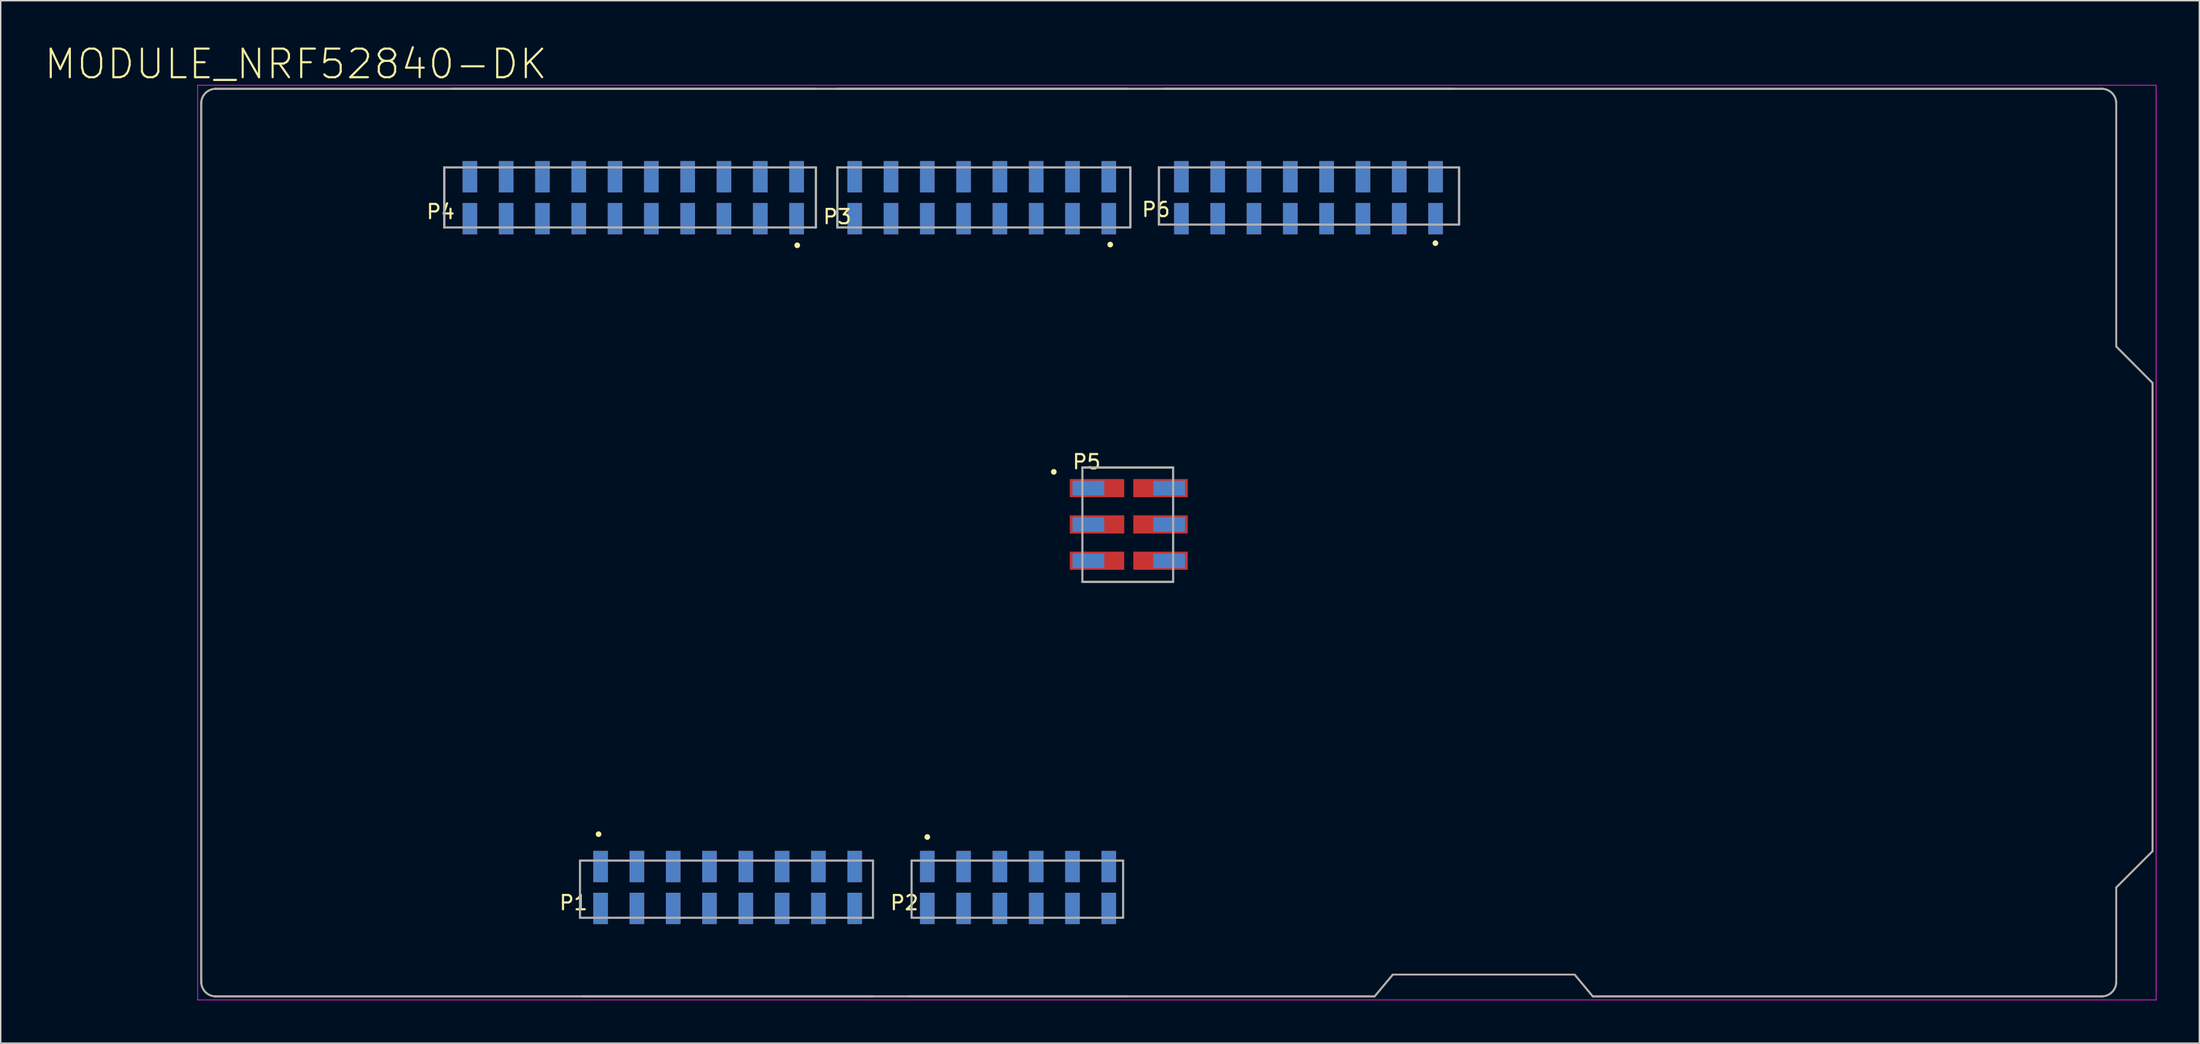
<source format=kicad_pcb>
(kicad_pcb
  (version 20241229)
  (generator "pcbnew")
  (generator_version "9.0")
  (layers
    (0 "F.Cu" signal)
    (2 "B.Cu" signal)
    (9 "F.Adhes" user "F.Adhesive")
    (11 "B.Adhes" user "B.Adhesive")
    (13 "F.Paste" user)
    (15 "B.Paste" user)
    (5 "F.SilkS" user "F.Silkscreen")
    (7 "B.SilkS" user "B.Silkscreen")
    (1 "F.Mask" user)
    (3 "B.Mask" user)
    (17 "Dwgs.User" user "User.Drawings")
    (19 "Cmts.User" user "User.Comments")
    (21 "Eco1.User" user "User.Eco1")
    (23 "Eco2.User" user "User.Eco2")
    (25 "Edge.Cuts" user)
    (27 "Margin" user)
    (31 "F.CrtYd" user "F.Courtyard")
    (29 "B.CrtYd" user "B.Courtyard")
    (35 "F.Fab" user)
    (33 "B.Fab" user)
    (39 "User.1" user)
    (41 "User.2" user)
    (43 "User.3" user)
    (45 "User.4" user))
  (footprint "MODULE_NRF52840-DK"
    (layer "F.Cu")
    (at 11.029 66.663)
    (property "Reference" "MODULE_NRF52840-DK" (at 6.615 -65.23 0) (layer "F.SilkS") (effects (font (size 2 2) (thickness 0.15))))
    (attr smd)
    (fp_line (start 0 -1.016) (end 0 -62.484) (stroke (width 0.127) (type solid)) (layer "F.SilkS"))
    (fp_line (start 1.016 -63.5) (end 132.969 -63.5) (stroke (width 0.127) (type solid)) (layer "F.SilkS"))
    (fp_line (start 1.016 0) (end 82.099 0) (stroke (width 0.127) (type solid)) (layer "F.SilkS"))
    (fp_line (start 17 -58) (end 17 -53.8) (stroke (width 0.152) (type solid)) (layer "F.SilkS"))
    (fp_line (start 17.526 -63.5) (end 42.926 -63.5) (stroke (width 0.127) (type solid)) (layer "F.SilkS"))
    (fp_line (start 26.67 0) (end 46.99 0) (stroke (width 0.127) (type solid)) (layer "F.SilkS"))
    (fp_line (start 43 -58) (end 43 -53.8) (stroke (width 0.152) (type solid)) (layer "F.SilkS"))
    (fp_line (start 44.5 -53.8) (end 44.5 -58) (stroke (width 0.152) (type solid)) (layer "F.SilkS"))
    (fp_line (start 49.53 0) (end 64.77 0) (stroke (width 0.127) (type solid)) (layer "F.SilkS"))
    (fp_line (start 61.65 -37) (end 68 -37) (stroke (width 0.152) (type solid)) (layer "F.SilkS"))
    (fp_line (start 61.65 -29) (end 68 -29) (stroke (width 0.152) (type solid)) (layer "F.SilkS"))
    (fp_line (start 64.77 -63.5) (end 44.45 -63.5) (stroke (width 0.127) (type solid)) (layer "F.SilkS"))
    (fp_line (start 65 -58) (end 65 -53.8) (stroke (width 0.152) (type solid)) (layer "F.SilkS"))
    (fp_line (start 67 -58) (end 67 -54) (stroke (width 0.152) (type solid)) (layer "F.SilkS"))
    (fp_line (start 67.31 -63.5) (end 87.63 -63.5) (stroke (width 0.127) (type solid)) (layer "F.SilkS"))
    (fp_line (start 82.099 0) (end 83.369 -1.524) (stroke (width 0.127) (type solid)) (layer "F.SilkS"))
    (fp_line (start 83.369 -1.524) (end 96.09 -1.524) (stroke (width 0.127) (type solid)) (layer "F.SilkS"))
    (fp_line (start 88 -58) (end 88 -54) (stroke (width 0.152) (type solid)) (layer "F.SilkS"))
    (fp_line (start 96.09 -1.524) (end 97.36 0) (stroke (width 0.127) (type solid)) (layer "F.SilkS"))
    (fp_line (start 97.36 0) (end 132.969 0) (stroke (width 0.127) (type solid)) (layer "F.SilkS"))
    (fp_line (start 133.985 -45.47) (end 133.985 -62.484) (stroke (width 0.127) (type solid)) (layer "F.SilkS"))
    (fp_line (start 133.985 -45.47) (end 136.525 -42.92) (stroke (width 0.127) (type solid)) (layer "F.SilkS"))
    (fp_line (start 133.985 -7.62) (end 136.525 -10.16) (stroke (width 0.127) (type solid)) (layer "F.SilkS"))
    (fp_line (start 133.985 -1.016) (end 133.985 -7.62) (stroke (width 0.127) (type solid)) (layer "F.SilkS"))
    (fp_line (start 136.525 -42.92) (end 136.525 -10.16) (stroke (width 0.127) (type solid)) (layer "F.SilkS"))
    (fp_arc (start 0 -62.484) (mid 0.29758 -63.20242) (end 1.016 -63.5) (stroke (width 0.127) (type solid)) (layer "F.SilkS"))
    (fp_arc (start 1.016 0) (mid 0.29758 -0.29758) (end 0 -1.016) (stroke (width 0.127) (type solid)) (layer "F.SilkS"))
    (fp_arc (start 132.969 -63.5) (mid 133.68742 -63.20242) (end 133.985 -62.484) (stroke (width 0.127) (type solid)) (layer "F.SilkS"))
    (fp_arc (start 133.985 -1.016) (mid 133.68742 -0.29758) (end 132.969 0) (stroke (width 0.127) (type solid)) (layer "F.SilkS"))
    (fp_circle (center 27.8 -11.35) (end 27.9 -11.35) (stroke (width 0.2) (type solid)) (fill no) (layer "F.SilkS"))
    (fp_circle (center 41.7 -52.55) (end 41.8 -52.55) (stroke (width 0.2) (type solid)) (fill no) (layer "F.SilkS"))
    (fp_circle (center 50.8 -11.15) (end 50.9 -11.15) (stroke (width 0.2) (type solid)) (fill no) (layer "F.SilkS"))
    (fp_circle (center 59.65 -36.7) (end 59.75 -36.7) (stroke (width 0.2) (type solid)) (fill no) (layer "F.SilkS"))
    (fp_circle (center 63.6 -52.6) (end 63.7 -52.6) (stroke (width 0.2) (type solid)) (fill no) (layer "F.SilkS"))
    (fp_circle (center 86.35 -52.7) (end 86.45 -52.7) (stroke (width 0.2) (type solid)) (fill no) (layer "F.SilkS"))
    (fp_line (start -0.25 -63.75) (end 136.775 -63.75) (stroke (width 0.05) (type solid)) (layer "F.CrtYd"))
    (fp_line (start -0.25 0.25) (end -0.25 -63.75) (stroke (width 0.05) (type solid)) (layer "F.CrtYd"))
    (fp_line (start 136.775 -63.75) (end 136.775 0.25) (stroke (width 0.05) (type solid)) (layer "F.CrtYd"))
    (fp_line (start 136.775 0.25) (end -0.25 0.25) (stroke (width 0.05) (type solid)) (layer "F.CrtYd"))
    (fp_line (start 0 -1.016) (end 0 -62.484) (stroke (width 0.127) (type solid)) (layer "F.Fab"))
    (fp_line (start 1.016 -63.5) (end 132.969 -63.5) (stroke (width 0.127) (type solid)) (layer "F.Fab"))
    (fp_line (start 1.016 0) (end 82.099 0) (stroke (width 0.127) (type solid)) (layer "F.Fab"))
    (fp_line (start 17 -58) (end 17 -53.8) (stroke (width 0.152) (type solid)) (layer "F.Fab"))
    (fp_line (start 17 -53.8) (end 43 -53.8) (stroke (width 0.152) (type solid)) (layer "F.Fab"))
    (fp_line (start 17.526 -63.5) (end 42.926 -63.5) (stroke (width 0.127) (type solid)) (layer "F.Fab"))
    (fp_line (start 26.5 -9.5) (end 47 -9.5) (stroke (width 0.152) (type solid)) (layer "F.Fab"))
    (fp_line (start 26.5 -5.5) (end 26.5 -9.5) (stroke (width 0.152) (type solid)) (layer "F.Fab"))
    (fp_line (start 26.67 0) (end 46.99 0) (stroke (width 0.127) (type solid)) (layer "F.Fab"))
    (fp_line (start 43 -58) (end 17 -58) (stroke (width 0.152) (type solid)) (layer "F.Fab"))
    (fp_line (start 43 -53.8) (end 43 -58) (stroke (width 0.152) (type solid)) (layer "F.Fab"))
    (fp_line (start 44.5 -58) (end 65 -58) (stroke (width 0.152) (type solid)) (layer "F.Fab"))
    (fp_line (start 44.5 -53.8) (end 44.5 -58) (stroke (width 0.152) (type solid)) (layer "F.Fab"))
    (fp_line (start 47 -9.5) (end 47 -5.5) (stroke (width 0.152) (type solid)) (layer "F.Fab"))
    (fp_line (start 47 -5.5) (end 26.5 -5.5) (stroke (width 0.152) (type solid)) (layer "F.Fab"))
    (fp_line (start 49.53 0) (end 64.77 0) (stroke (width 0.127) (type solid)) (layer "F.Fab"))
    (fp_line (start 49.7 -9.5) (end 64.5 -9.5) (stroke (width 0.152) (type solid)) (layer "F.Fab"))
    (fp_line (start 49.7 -5.5) (end 49.7 -9.5) (stroke (width 0.152) (type solid)) (layer "F.Fab"))
    (fp_line (start 61.65 -37) (end 68 -37) (stroke (width 0.152) (type solid)) (layer "F.Fab"))
    (fp_line (start 61.65 -29) (end 61.65 -37) (stroke (width 0.152) (type solid)) (layer "F.Fab"))
    (fp_line (start 64.5 -9.5) (end 64.5 -5.5) (stroke (width 0.152) (type solid)) (layer "F.Fab"))
    (fp_line (start 64.5 -5.5) (end 49.7 -5.5) (stroke (width 0.152) (type solid)) (layer "F.Fab"))
    (fp_line (start 64.77 -63.5) (end 44.45 -63.5) (stroke (width 0.127) (type solid)) (layer "F.Fab"))
    (fp_line (start 65 -58) (end 65 -53.8) (stroke (width 0.152) (type solid)) (layer "F.Fab"))
    (fp_line (start 65 -53.8) (end 44.5 -53.8) (stroke (width 0.152) (type solid)) (layer "F.Fab"))
    (fp_line (start 67 -58) (end 88 -58) (stroke (width 0.152) (type solid)) (layer "F.Fab"))
    (fp_line (start 67 -54) (end 67 -58) (stroke (width 0.152) (type solid)) (layer "F.Fab"))
    (fp_line (start 67.31 -63.5) (end 87.63 -63.5) (stroke (width 0.127) (type solid)) (layer "F.Fab"))
    (fp_line (start 68 -37) (end 68 -29) (stroke (width 0.152) (type solid)) (layer "F.Fab"))
    (fp_line (start 68 -29) (end 61.65 -29) (stroke (width 0.152) (type solid)) (layer "F.Fab"))
    (fp_line (start 82.099 0) (end 83.369 -1.524) (stroke (width 0.127) (type solid)) (layer "F.Fab"))
    (fp_line (start 83.369 -1.524) (end 96.09 -1.524) (stroke (width 0.127) (type solid)) (layer "F.Fab"))
    (fp_line (start 88 -58) (end 88 -54) (stroke (width 0.152) (type solid)) (layer "F.Fab"))
    (fp_line (start 88 -54) (end 67 -54) (stroke (width 0.152) (type solid)) (layer "F.Fab"))
    (fp_line (start 96.09 -1.524) (end 97.36 0) (stroke (width 0.127) (type solid)) (layer "F.Fab"))
    (fp_line (start 97.36 0) (end 132.969 0) (stroke (width 0.127) (type solid)) (layer "F.Fab"))
    (fp_line (start 133.985 -45.47) (end 133.985 -62.484) (stroke (width 0.127) (type solid)) (layer "F.Fab"))
    (fp_line (start 133.985 -45.47) (end 136.525 -42.92) (stroke (width 0.127) (type solid)) (layer "F.Fab"))
    (fp_line (start 133.985 -7.62) (end 136.525 -10.16) (stroke (width 0.127) (type solid)) (layer "F.Fab"))
    (fp_line (start 133.985 -1.016) (end 133.985 -7.62) (stroke (width 0.127) (type solid)) (layer "F.Fab"))
    (fp_line (start 136.525 -42.92) (end 136.525 -10.16) (stroke (width 0.127) (type solid)) (layer "F.Fab"))
    (fp_arc (start 0 -62.484) (mid 0.29758 -63.20242) (end 1.016 -63.5) (stroke (width 0.127) (type solid)) (layer "F.Fab"))
    (fp_arc (start 1.016 0) (mid 0.29758 -0.29758) (end 0 -1.016) (stroke (width 0.127) (type solid)) (layer "F.Fab"))
    (fp_arc (start 132.969 -63.5) (mid 133.68742 -63.20242) (end 133.985 -62.484) (stroke (width 0.127) (type solid)) (layer "F.Fab"))
    (fp_arc (start 133.985 -1.016) (mid 133.68742 -0.29758) (end 132.969 0) (stroke (width 0.127) (type solid)) (layer "F.Fab"))
    (fp_text user "P3" (at 44.5 -54.55 0) (layer "F.SilkS") (effects (font (size 1 1) (thickness 0.15))))
    (fp_text user "P5" (at 61.95 -37.4 0) (layer "F.SilkS") (effects (font (size 1 1) (thickness 0.15))))
    (fp_text user "P2" (at 49.2 -6.55 0) (layer "F.SilkS") (effects (font (size 1 1) (thickness 0.15))))
    (fp_text user "P4" (at 16.75 -54.9 0) (layer "F.SilkS") (effects (font (size 1 1) (thickness 0.15))))
    (fp_text user "P1" (at 26.05 -6.55 0) (layer "F.SilkS") (effects (font (size 1 1) (thickness 0.15))))
    (fp_text user "P6" (at 66.8 -55.05 0) (layer "F.SilkS") (effects (font (size 1 1) (thickness 0.15))))
    (pad "P1_1" smd rect (at 27.94 -9.085 90) (size 2.19 1.02) (layers "F.Cu" "F.Mask" "F.Paste"))
    (pad "P1_2" smd rect (at 30.48 -9.085 90) (size 2.19 1.02) (layers "F.Cu" "F.Mask" "F.Paste"))
    (pad "P1_3" smd rect (at 33.02 -9.085 90) (size 2.19 1.02) (layers "F.Cu" "F.Mask" "F.Paste"))
    (pad "P1_4" smd rect (at 35.56 -9.085 90) (size 2.19 1.02) (layers "F.Cu" "F.Mask" "F.Paste"))
    (pad "P1_5" smd rect (at 38.1 -9.085 90) (size 2.19 1.02) (layers "F.Cu" "F.Mask" "F.Paste"))
    (pad "P1_6" smd rect (at 40.64 -9.085 90) (size 2.19 1.02) (layers "F.Cu" "F.Mask" "F.Paste"))
    (pad "P1_7" smd rect (at 43.18 -9.085 90) (size 2.19 1.02) (layers "F.Cu" "F.Mask" "F.Paste"))
    (pad "P1_8" smd rect (at 45.72 -9.085 90) (size 2.19 1.02) (layers "F.Cu" "F.Mask" "F.Paste"))
    (pad "P1_11" smd rect (at 27.94 -6.155 90) (size 2.19 1.02) (layers "F.Cu" "F.Mask" "F.Paste"))
    (pad "P1_12" smd rect (at 30.48 -6.155 90) (size 2.19 1.02) (layers "F.Cu" "F.Mask" "F.Paste"))
    (pad "P1_13" smd rect (at 33.02 -6.155 90) (size 2.19 1.02) (layers "F.Cu" "F.Mask" "F.Paste"))
    (pad "P1_14" smd rect (at 35.56 -6.155 90) (size 2.19 1.02) (layers "F.Cu" "F.Mask" "F.Paste"))
    (pad "P1_15" smd rect (at 38.1 -6.155 90) (size 2.19 1.02) (layers "F.Cu" "F.Mask" "F.Paste"))
    (pad "P1_16" smd rect (at 40.64 -6.155 90) (size 2.19 1.02) (layers "F.Cu" "F.Mask" "F.Paste"))
    (pad "P1_17" smd rect (at 43.18 -6.155 90) (size 2.19 1.02) (layers "F.Cu" "F.Mask" "F.Paste"))
    (pad "P1_18" smd rect (at 45.72 -6.155 90) (size 2.19 1.02) (layers "F.Cu" "F.Mask" "F.Paste"))
    (pad "P1_31" smd rect (at 27.94 -6.155 90) (size 2.19 1.02) (layers "B.Cu" "B.Mask" "B.Paste"))
    (pad "P1_32" smd rect (at 30.48 -6.155 90) (size 2.19 1.02) (layers "B.Cu" "B.Mask" "B.Paste"))
    (pad "P1_33" smd rect (at 33.02 -6.155 90) (size 2.19 1.02) (layers "B.Cu" "B.Mask" "B.Paste"))
    (pad "P1_34" smd rect (at 35.56 -6.155 90) (size 2.19 1.02) (layers "B.Cu" "B.Mask" "B.Paste"))
    (pad "P1_35" smd rect (at 38.1 -6.155 90) (size 2.19 1.02) (layers "B.Cu" "B.Mask" "B.Paste"))
    (pad "P1_36" smd rect (at 40.64 -6.155 90) (size 2.19 1.02) (layers "B.Cu" "B.Mask" "B.Paste"))
    (pad "P1_37" smd rect (at 43.18 -6.155 90) (size 2.19 1.02) (layers "B.Cu" "B.Mask" "B.Paste"))
    (pad "P1_38" smd rect (at 45.72 -6.155 90) (size 2.19 1.02) (layers "B.Cu" "B.Mask" "B.Paste"))
    (pad "P1_41" smd rect (at 27.94 -9.085 90) (size 2.19 1.02) (layers "B.Cu" "B.Mask" "B.Paste"))
    (pad "P1_42" smd rect (at 30.48 -9.085 90) (size 2.19 1.02) (layers "B.Cu" "B.Mask" "B.Paste"))
    (pad "P1_43" smd rect (at 33.02 -9.085 90) (size 2.19 1.02) (layers "B.Cu" "B.Mask" "B.Paste"))
    (pad "P1_44" smd rect (at 35.56 -9.085 90) (size 2.19 1.02) (layers "B.Cu" "B.Mask" "B.Paste"))
    (pad "P1_45" smd rect (at 38.1 -9.085 90) (size 2.19 1.02) (layers "B.Cu" "B.Mask" "B.Paste"))
    (pad "P1_46" smd rect (at 40.64 -9.085 90) (size 2.19 1.02) (layers "B.Cu" "B.Mask" "B.Paste"))
    (pad "P1_47" smd rect (at 43.18 -9.085 90) (size 2.19 1.02) (layers "B.Cu" "B.Mask" "B.Paste"))
    (pad "P1_48" smd rect (at 45.72 -9.085 90) (size 2.19 1.02) (layers "B.Cu" "B.Mask" "B.Paste"))
    (pad "P2_1" smd rect (at 50.8 -9.085 90) (size 2.19 1.02) (layers "F.Cu" "F.Mask" "F.Paste"))
    (pad "P2_2" smd rect (at 53.34 -9.085 90) (size 2.19 1.02) (layers "F.Cu" "F.Mask" "F.Paste"))
    (pad "P2_3" smd rect (at 55.88 -9.085 90) (size 2.19 1.02) (layers "F.Cu" "F.Mask" "F.Paste"))
    (pad "P2_4" smd rect (at 58.42 -9.085 90) (size 2.19 1.02) (layers "F.Cu" "F.Mask" "F.Paste"))
    (pad "P2_5" smd rect (at 60.96 -9.085 90) (size 2.19 1.02) (layers "F.Cu" "F.Mask" "F.Paste"))
    (pad "P2_6" smd rect (at 63.5 -9.085 90) (size 2.19 1.02) (layers "F.Cu" "F.Mask" "F.Paste"))
    (pad "P2_11" smd rect (at 50.8 -6.155 90) (size 2.19 1.02) (layers "F.Cu" "F.Mask" "F.Paste"))
    (pad "P2_12" smd rect (at 53.34 -6.155 90) (size 2.19 1.02) (layers "F.Cu" "F.Mask" "F.Paste"))
    (pad "P2_13" smd rect (at 55.88 -6.155 90) (size 2.19 1.02) (layers "F.Cu" "F.Mask" "F.Paste"))
    (pad "P2_14" smd rect (at 58.42 -6.155 90) (size 2.19 1.02) (layers "F.Cu" "F.Mask" "F.Paste"))
    (pad "P2_15" smd rect (at 60.96 -6.155 90) (size 2.19 1.02) (layers "F.Cu" "F.Mask" "F.Paste"))
    (pad "P2_16" smd rect (at 63.5 -6.155 90) (size 2.19 1.02) (layers "F.Cu" "F.Mask" "F.Paste"))
    (pad "P2_31" smd rect (at 50.8 -6.155 90) (size 2.19 1.02) (layers "B.Cu" "B.Mask" "B.Paste"))
    (pad "P2_32" smd rect (at 53.34 -6.155 90) (size 2.19 1.02) (layers "B.Cu" "B.Mask" "B.Paste"))
    (pad "P2_33" smd rect (at 55.88 -6.155 90) (size 2.19 1.02) (layers "B.Cu" "B.Mask" "B.Paste"))
    (pad "P2_34" smd rect (at 58.42 -6.155 90) (size 2.19 1.02) (layers "B.Cu" "B.Mask" "B.Paste"))
    (pad "P2_35" smd rect (at 60.96 -6.155 90) (size 2.19 1.02) (layers "B.Cu" "B.Mask" "B.Paste"))
    (pad "P2_36" smd rect (at 63.5 -6.155 90) (size 2.19 1.02) (layers "B.Cu" "B.Mask" "B.Paste"))
    (pad "P2_41" smd rect (at 50.8 -9.085 90) (size 2.19 1.02) (layers "B.Cu" "B.Mask" "B.Paste"))
    (pad "P2_42" smd rect (at 53.34 -9.085 90) (size 2.19 1.02) (layers "B.Cu" "B.Mask" "B.Paste"))
    (pad "P2_43" smd rect (at 55.88 -9.085 90) (size 2.19 1.02) (layers "B.Cu" "B.Mask" "B.Paste"))
    (pad "P2_44" smd rect (at 58.42 -9.085 90) (size 2.19 1.02) (layers "B.Cu" "B.Mask" "B.Paste"))
    (pad "P2_45" smd rect (at 60.96 -9.085 90) (size 2.19 1.02) (layers "B.Cu" "B.Mask" "B.Paste"))
    (pad "P2_46" smd rect (at 63.5 -9.085 90) (size 2.19 1.02) (layers "B.Cu" "B.Mask" "B.Paste"))
    (pad "P3_1" smd rect (at 63.5 -54.415 90) (size 2.19 1.02) (layers "F.Cu" "F.Mask" "F.Paste"))
    (pad "P3_2" smd rect (at 60.96 -54.415 90) (size 2.19 1.02) (layers "F.Cu" "F.Mask" "F.Paste"))
    (pad "P3_3" smd rect (at 58.42 -54.415 90) (size 2.19 1.02) (layers "F.Cu" "F.Mask" "F.Paste"))
    (pad "P3_4" smd rect (at 55.88 -54.415 90) (size 2.19 1.02) (layers "F.Cu" "F.Mask" "F.Paste"))
    (pad "P3_5" smd rect (at 53.34 -54.415 90) (size 2.19 1.02) (layers "F.Cu" "F.Mask" "F.Paste"))
    (pad "P3_6" smd rect (at 50.8 -54.415 90) (size 2.19 1.02) (layers "F.Cu" "F.Mask" "F.Paste"))
    (pad "P3_7" smd rect (at 48.26 -54.415 90) (size 2.19 1.02) (layers "F.Cu" "F.Mask" "F.Paste"))
    (pad "P3_8" smd rect (at 45.72 -54.415 90) (size 2.19 1.02) (layers "F.Cu" "F.Mask" "F.Paste"))
    (pad "P3_11" smd rect (at 63.5 -57.345 90) (size 2.19 1.02) (layers "F.Cu" "F.Mask" "F.Paste"))
    (pad "P3_12" smd rect (at 60.96 -57.345 90) (size 2.19 1.02) (layers "F.Cu" "F.Mask" "F.Paste"))
    (pad "P3_13" smd rect (at 58.42 -57.345 90) (size 2.19 1.02) (layers "F.Cu" "F.Mask" "F.Paste"))
    (pad "P3_14" smd rect (at 55.88 -57.345 90) (size 2.19 1.02) (layers "F.Cu" "F.Mask" "F.Paste"))
    (pad "P3_15" smd rect (at 53.34 -57.345 90) (size 2.19 1.02) (layers "F.Cu" "F.Mask" "F.Paste"))
    (pad "P3_16" smd rect (at 50.8 -57.345 90) (size 2.19 1.02) (layers "F.Cu" "F.Mask" "F.Paste"))
    (pad "P3_17" smd rect (at 48.26 -57.345 90) (size 2.19 1.02) (layers "F.Cu" "F.Mask" "F.Paste"))
    (pad "P3_18" smd rect (at 45.72 -57.345 90) (size 2.19 1.02) (layers "F.Cu" "F.Mask" "F.Paste"))
    (pad "P3_31" smd rect (at 63.5 -54.415 90) (size 2.19 1.02) (layers "B.Cu" "B.Mask" "B.Paste"))
    (pad "P3_32" smd rect (at 60.96 -54.415 90) (size 2.19 1.02) (layers "B.Cu" "B.Mask" "B.Paste"))
    (pad "P3_33" smd rect (at 58.42 -54.415 90) (size 2.19 1.02) (layers "B.Cu" "B.Mask" "B.Paste"))
    (pad "P3_34" smd rect (at 55.88 -54.415 90) (size 2.19 1.02) (layers "B.Cu" "B.Mask" "B.Paste"))
    (pad "P3_35" smd rect (at 53.34 -54.415 90) (size 2.19 1.02) (layers "B.Cu" "B.Mask" "B.Paste"))
    (pad "P3_36" smd rect (at 50.8 -54.415 90) (size 2.19 1.02) (layers "B.Cu" "B.Mask" "B.Paste"))
    (pad "P3_37" smd rect (at 48.26 -54.415 90) (size 2.19 1.02) (layers "B.Cu" "B.Mask" "B.Paste"))
    (pad "P3_38" smd rect (at 45.72 -54.415 90) (size 2.19 1.02) (layers "B.Cu" "B.Mask" "B.Paste"))
    (pad "P3_41" smd rect (at 63.5 -57.345 90) (size 2.19 1.02) (layers "B.Cu" "B.Mask" "B.Paste"))
    (pad "P3_42" smd rect (at 60.96 -57.345 90) (size 2.19 1.02) (layers "B.Cu" "B.Mask" "B.Paste"))
    (pad "P3_43" smd rect (at 58.42 -57.345 90) (size 2.19 1.02) (layers "B.Cu" "B.Mask" "B.Paste"))
    (pad "P3_44" smd rect (at 55.88 -57.345 90) (size 2.19 1.02) (layers "B.Cu" "B.Mask" "B.Paste"))
    (pad "P3_45" smd rect (at 53.34 -57.345 90) (size 2.19 1.02) (layers "B.Cu" "B.Mask" "B.Paste"))
    (pad "P3_46" smd rect (at 50.8 -57.345 90) (size 2.19 1.02) (layers "B.Cu" "B.Mask" "B.Paste"))
    (pad "P3_47" smd rect (at 48.26 -57.345 90) (size 2.19 1.02) (layers "B.Cu" "B.Mask" "B.Paste"))
    (pad "P3_48" smd rect (at 45.72 -57.345 90) (size 2.19 1.02) (layers "B.Cu" "B.Mask" "B.Paste"))
    (pad "P4_1" smd rect (at 41.656 -54.415 90) (size 2.19 1.02) (layers "F.Cu" "F.Mask" "F.Paste"))
    (pad "P4_2" smd rect (at 39.116 -54.415 90) (size 2.19 1.02) (layers "F.Cu" "F.Mask" "F.Paste"))
    (pad "P4_3" smd rect (at 36.576 -54.415 90) (size 2.19 1.02) (layers "F.Cu" "F.Mask" "F.Paste"))
    (pad "P4_4" smd rect (at 34.036 -54.415 90) (size 2.19 1.02) (layers "F.Cu" "F.Mask" "F.Paste"))
    (pad "P4_5" smd rect (at 31.496 -54.415 90) (size 2.19 1.02) (layers "F.Cu" "F.Mask" "F.Paste"))
    (pad "P4_6" smd rect (at 28.956 -54.415 90) (size 2.19 1.02) (layers "F.Cu" "F.Mask" "F.Paste"))
    (pad "P4_7" smd rect (at 26.416 -54.415 90) (size 2.19 1.02) (layers "F.Cu" "F.Mask" "F.Paste"))
    (pad "P4_8" smd rect (at 23.876 -54.415 90) (size 2.19 1.02) (layers "F.Cu" "F.Mask" "F.Paste"))
    (pad "P4_9" smd rect (at 21.336 -54.415 90) (size 2.19 1.02) (layers "F.Cu" "F.Mask" "F.Paste"))
    (pad "P4_10" smd rect (at 18.796 -54.415 90) (size 2.19 1.02) (layers "F.Cu" "F.Mask" "F.Paste"))
    (pad "P4_11" smd rect (at 41.656 -57.345 90) (size 2.19 1.02) (layers "F.Cu" "F.Mask" "F.Paste"))
    (pad "P4_12" smd rect (at 39.116 -57.345 90) (size 2.19 1.02) (layers "F.Cu" "F.Mask" "F.Paste"))
    (pad "P4_13" smd rect (at 36.576 -57.345 90) (size 2.19 1.02) (layers "F.Cu" "F.Mask" "F.Paste"))
    (pad "P4_14" smd rect (at 34.036 -57.345 90) (size 2.19 1.02) (layers "F.Cu" "F.Mask" "F.Paste"))
    (pad "P4_15" smd rect (at 31.496 -57.345 90) (size 2.19 1.02) (layers "F.Cu" "F.Mask" "F.Paste"))
    (pad "P4_16" smd rect (at 28.956 -57.345 90) (size 2.19 1.02) (layers "F.Cu" "F.Mask" "F.Paste"))
    (pad "P4_17" smd rect (at 26.416 -57.345 90) (size 2.19 1.02) (layers "F.Cu" "F.Mask" "F.Paste"))
    (pad "P4_18" smd rect (at 23.876 -57.345 90) (size 2.19 1.02) (layers "F.Cu" "F.Mask" "F.Paste"))
    (pad "P4_19" smd rect (at 21.336 -57.345 90) (size 2.19 1.02) (layers "F.Cu" "F.Mask" "F.Paste"))
    (pad "P4_20" smd rect (at 18.796 -57.345 90) (size 2.19 1.02) (layers "F.Cu" "F.Mask" "F.Paste"))
    (pad "P4_31" smd rect (at 41.656 -54.415 90) (size 2.19 1.02) (layers "B.Cu" "B.Mask" "B.Paste"))
    (pad "P4_32" smd rect (at 39.116 -54.415 90) (size 2.19 1.02) (layers "B.Cu" "B.Mask" "B.Paste"))
    (pad "P4_33" smd rect (at 36.576 -54.415 90) (size 2.19 1.02) (layers "B.Cu" "B.Mask" "B.Paste"))
    (pad "P4_34" smd rect (at 34.036 -54.415 90) (size 2.19 1.02) (layers "B.Cu" "B.Mask" "B.Paste"))
    (pad "P4_35" smd rect (at 31.496 -54.415 90) (size 2.19 1.02) (layers "B.Cu" "B.Mask" "B.Paste"))
    (pad "P4_36" smd rect (at 28.956 -54.415 90) (size 2.19 1.02) (layers "B.Cu" "B.Mask" "B.Paste"))
    (pad "P4_37" smd rect (at 26.416 -54.415 90) (size 2.19 1.02) (layers "B.Cu" "B.Mask" "B.Paste"))
    (pad "P4_38" smd rect (at 23.876 -54.415 90) (size 2.19 1.02) (layers "B.Cu" "B.Mask" "B.Paste"))
    (pad "P4_39" smd rect (at 21.336 -54.415 90) (size 2.19 1.02) (layers "B.Cu" "B.Mask" "B.Paste"))
    (pad "P4_40" smd rect (at 18.796 -54.415 90) (size 2.19 1.02) (layers "B.Cu" "B.Mask" "B.Paste"))
    (pad "P4_41" smd rect (at 41.656 -57.345 90) (size 2.19 1.02) (layers "B.Cu" "B.Mask" "B.Paste"))
    (pad "P4_42" smd rect (at 39.116 -57.345 90) (size 2.19 1.02) (layers "B.Cu" "B.Mask" "B.Paste"))
    (pad "P4_43" smd rect (at 36.576 -57.345 90) (size 2.19 1.02) (layers "B.Cu" "B.Mask" "B.Paste"))
    (pad "P4_44" smd rect (at 34.036 -57.345 90) (size 2.19 1.02) (layers "B.Cu" "B.Mask" "B.Paste"))
    (pad "P4_45" smd rect (at 31.496 -57.345 90) (size 2.19 1.02) (layers "B.Cu" "B.Mask" "B.Paste"))
    (pad "P4_46" smd rect (at 28.956 -57.345 90) (size 2.19 1.02) (layers "B.Cu" "B.Mask" "B.Paste"))
    (pad "P4_47" smd rect (at 26.416 -57.345 90) (size 2.19 1.02) (layers "B.Cu" "B.Mask" "B.Paste"))
    (pad "P4_48" smd rect (at 23.876 -57.345 90) (size 2.19 1.02) (layers "B.Cu" "B.Mask" "B.Paste"))
    (pad "P4_49" smd rect (at 21.336 -57.345 90) (size 2.19 1.02) (layers "B.Cu" "B.Mask" "B.Paste"))
    (pad "P4_50" smd rect (at 18.796 -57.345 90) (size 2.19 1.02) (layers "B.Cu" "B.Mask" "B.Paste"))
    (pad "P5_1" smd rect (at 62.674 -35.56) (size 3.81 1.27) (layers "F.Cu" "F.Mask" "F.Paste"))
    (pad "P5_2" smd rect (at 67.119 -35.56) (size 3.81 1.27) (layers "F.Cu" "F.Mask" "F.Paste"))
    (pad "P5_3" smd rect (at 62.674 -33.02) (size 3.81 1.27) (layers "F.Cu" "F.Mask" "F.Paste"))
    (pad "P5_4" smd rect (at 67.119 -33.02) (size 3.81 1.27) (layers "F.Cu" "F.Mask" "F.Paste"))
    (pad "P5_5" smd rect (at 62.674 -30.48) (size 3.81 1.27) (layers "F.Cu" "F.Mask" "F.Paste"))
    (pad "P5_6" smd rect (at 67.119 -30.48) (size 3.81 1.27) (layers "F.Cu" "F.Mask" "F.Paste"))
    (pad "P5_11" smd rect (at 62.072 -35.56) (size 2.22 1.02) (layers "B.Cu" "B.Mask" "B.Paste"))
    (pad "P5_22" smd rect (at 67.722 -35.56) (size 2.22 1.02) (layers "B.Cu" "B.Mask" "B.Paste"))
    (pad "P5_33" smd rect (at 62.072 -33.02) (size 2.22 1.02) (layers "B.Cu" "B.Mask" "B.Paste"))
    (pad "P5_44" smd rect (at 67.722 -33.02) (size 2.22 1.02) (layers "B.Cu" "B.Mask" "B.Paste"))
    (pad "P5_55" smd rect (at 62.072 -30.48) (size 2.22 1.02) (layers "B.Cu" "B.Mask" "B.Paste"))
    (pad "P5_66" smd rect (at 67.722 -30.48) (size 2.22 1.02) (layers "B.Cu" "B.Mask" "B.Paste"))
    (pad "P6_1" smd rect (at 86.36 -54.415 90) (size 2.19 1.02) (layers "F.Cu" "F.Mask" "F.Paste"))
    (pad "P6_2" smd rect (at 83.82 -54.415 90) (size 2.19 1.02) (layers "F.Cu" "F.Mask" "F.Paste"))
    (pad "P6_3" smd rect (at 81.28 -54.415 90) (size 2.19 1.02) (layers "F.Cu" "F.Mask" "F.Paste"))
    (pad "P6_4" smd rect (at 78.74 -54.415 90) (size 2.19 1.02) (layers "F.Cu" "F.Mask" "F.Paste"))
    (pad "P6_5" smd rect (at 76.2 -54.415 90) (size 2.19 1.02) (layers "F.Cu" "F.Mask" "F.Paste"))
    (pad "P6_6" smd rect (at 73.66 -54.415 90) (size 2.19 1.02) (layers "F.Cu" "F.Mask" "F.Paste"))
    (pad "P6_7" smd rect (at 71.12 -54.415 90) (size 2.19 1.02) (layers "F.Cu" "F.Mask" "F.Paste"))
    (pad "P6_8" smd rect (at 68.58 -54.415 90) (size 2.19 1.02) (layers "F.Cu" "F.Mask" "F.Paste"))
    (pad "P6_11" smd rect (at 86.36 -57.345 90) (size 2.19 1.02) (layers "F.Cu" "F.Mask" "F.Paste"))
    (pad "P6_12" smd rect (at 83.82 -57.345 90) (size 2.19 1.02) (layers "F.Cu" "F.Mask" "F.Paste"))
    (pad "P6_13" smd rect (at 81.28 -57.345 90) (size 2.19 1.02) (layers "F.Cu" "F.Mask" "F.Paste"))
    (pad "P6_14" smd rect (at 78.74 -57.345 90) (size 2.19 1.02) (layers "F.Cu" "F.Mask" "F.Paste"))
    (pad "P6_15" smd rect (at 76.2 -57.345 90) (size 2.19 1.02) (layers "F.Cu" "F.Mask" "F.Paste"))
    (pad "P6_16" smd rect (at 73.66 -57.345 90) (size 2.19 1.02) (layers "F.Cu" "F.Mask" "F.Paste"))
    (pad "P6_17" smd rect (at 71.12 -57.345 90) (size 2.19 1.02) (layers "F.Cu" "F.Mask" "F.Paste"))
    (pad "P6_18" smd rect (at 68.58 -57.345 90) (size 2.19 1.02) (layers "F.Cu" "F.Mask" "F.Paste"))
    (pad "P6_31" smd rect (at 86.36 -54.415 90) (size 2.19 1.02) (layers "B.Cu" "B.Mask" "B.Paste"))
    (pad "P6_32" smd rect (at 83.82 -54.415 90) (size 2.19 1.02) (layers "B.Cu" "B.Mask" "B.Paste"))
    (pad "P6_33" smd rect (at 81.28 -54.415 90) (size 2.19 1.02) (layers "B.Cu" "B.Mask" "B.Paste"))
    (pad "P6_34" smd rect (at 78.74 -54.415 90) (size 2.19 1.02) (layers "B.Cu" "B.Mask" "B.Paste"))
    (pad "P6_35" smd rect (at 76.2 -54.415 90) (size 2.19 1.02) (layers "B.Cu" "B.Mask" "B.Paste"))
    (pad "P6_36" smd rect (at 73.66 -54.415 90) (size 2.19 1.02) (layers "B.Cu" "B.Mask" "B.Paste"))
    (pad "P6_37" smd rect (at 71.12 -54.415 90) (size 2.19 1.02) (layers "B.Cu" "B.Mask" "B.Paste"))
    (pad "P6_38" smd rect (at 68.58 -54.415 90) (size 2.19 1.02) (layers "B.Cu" "B.Mask" "B.Paste"))
    (pad "P6_41" smd rect (at 86.36 -57.345 90) (size 2.19 1.02) (layers "B.Cu" "B.Mask" "B.Paste"))
    (pad "P6_42" smd rect (at 83.82 -57.345 90) (size 2.19 1.02) (layers "B.Cu" "B.Mask" "B.Paste"))
    (pad "P6_43" smd rect (at 81.28 -57.345 90) (size 2.19 1.02) (layers "B.Cu" "B.Mask" "B.Paste"))
    (pad "P6_44" smd rect (at 78.74 -57.345 90) (size 2.19 1.02) (layers "B.Cu" "B.Mask" "B.Paste"))
    (pad "P6_45" smd rect (at 76.2 -57.345 90) (size 2.19 1.02) (layers "B.Cu" "B.Mask" "B.Paste"))
    (pad "P6_46" smd rect (at 73.66 -57.345 90) (size 2.19 1.02) (layers "B.Cu" "B.Mask" "B.Paste"))
    (pad "P6_47" smd rect (at 71.12 -57.345 90) (size 2.19 1.02) (layers "B.Cu" "B.Mask" "B.Paste"))
    (pad "P6_48" smd rect (at 68.58 -57.345 90) (size 2.19 1.02) (layers "B.Cu" "B.Mask" "B.Paste")))
  (gr_rect
    (start -3 -3)
    (end 150.829 69.938)
    (stroke (width 0.1) (type default))
    (fill no)
    (layer "Edge.Cuts")))
</source>
